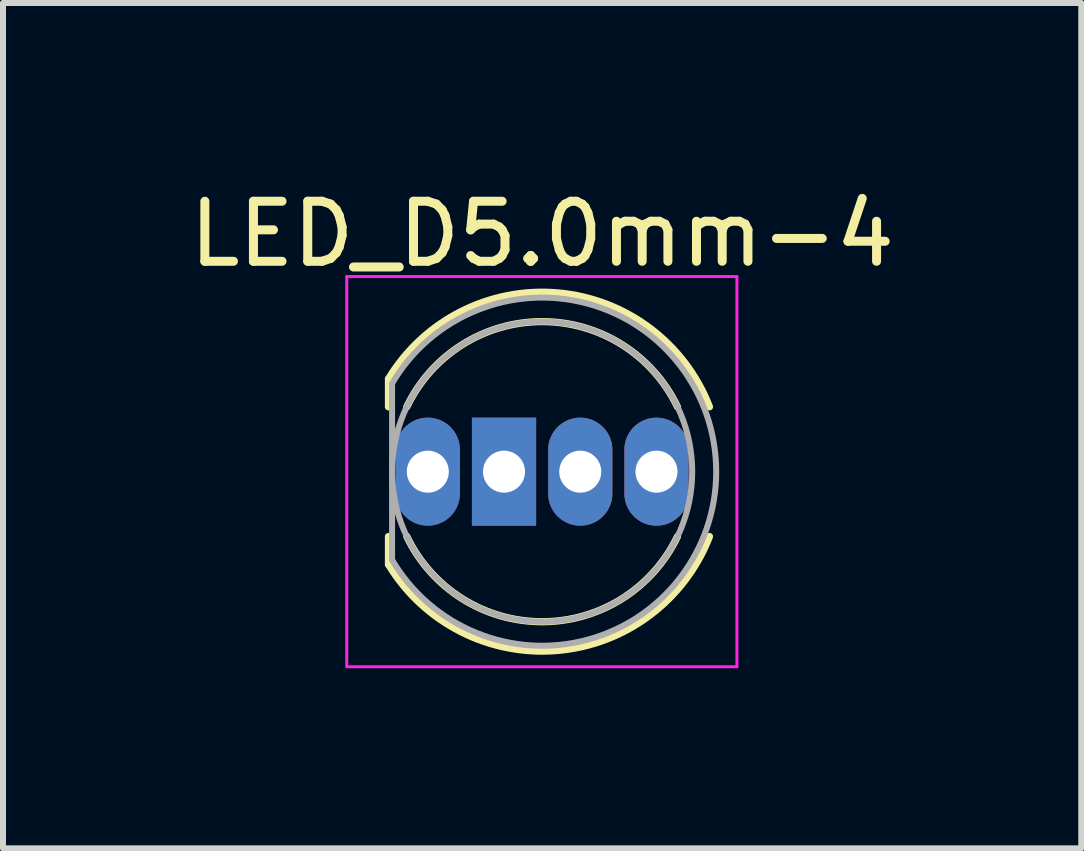
<source format=kicad_pcb>
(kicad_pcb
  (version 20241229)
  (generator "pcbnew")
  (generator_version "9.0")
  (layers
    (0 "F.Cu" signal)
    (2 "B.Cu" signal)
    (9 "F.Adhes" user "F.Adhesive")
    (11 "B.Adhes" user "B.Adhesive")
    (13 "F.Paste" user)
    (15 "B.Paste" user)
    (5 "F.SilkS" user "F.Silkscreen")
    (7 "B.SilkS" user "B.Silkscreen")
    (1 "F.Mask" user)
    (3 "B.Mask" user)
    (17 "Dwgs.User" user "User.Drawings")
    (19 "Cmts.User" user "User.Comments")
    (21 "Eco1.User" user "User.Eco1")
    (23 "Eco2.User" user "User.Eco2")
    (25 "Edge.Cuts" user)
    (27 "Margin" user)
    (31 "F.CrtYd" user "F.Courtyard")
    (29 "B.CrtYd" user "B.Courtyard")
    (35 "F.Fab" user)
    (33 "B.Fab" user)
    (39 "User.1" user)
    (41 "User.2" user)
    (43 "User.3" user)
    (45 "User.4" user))
  (footprint "LED_D5.0mm-4"
    (layer "F.Cu")
    (at 5.982 4.808)
    (property "Reference" "LED_D5.0mm-4" (at 0 -3.96 0) (layer "F.SilkS") (effects (font (size 1 1) (thickness 0.15))))
    (attr through_hole)
    (fp_line (start -2.56 -1.545) (end -2.56 -1.08) (stroke (width 0.12) (type solid)) (layer "F.SilkS"))
    (fp_line (start -2.56 1.08) (end -2.56 1.545) (stroke (width 0.12) (type solid)) (layer "F.SilkS"))
    (fp_arc (start -2.56 -1.54483) (mid 0.258456 -2.978809) (end 2.787815 -1.080827) (stroke (width 0.12) (type solid)) (layer "F.SilkS"))
    (fp_arc (start -2.254684 -1.08) (mid -0.000238 -2.5) (end 2.254479 -1.080429) (stroke (width 0.12) (type solid)) (layer "F.SilkS"))
    (fp_arc (start 2.254479 1.080429) (mid -0.000238 2.5) (end -2.254684 1.08) (stroke (width 0.12) (type solid)) (layer "F.SilkS"))
    (fp_arc (start 2.787815 1.080827) (mid 0.258456 2.978808) (end -2.56 1.54483) (stroke (width 0.12) (type solid)) (layer "F.SilkS"))
    (fp_line (start -3.255 -3.25) (end -3.255 3.25) (stroke (width 0.05) (type solid)) (layer "F.CrtYd"))
    (fp_line (start -3.255 3.25) (end 3.245 3.25) (stroke (width 0.05) (type solid)) (layer "F.CrtYd"))
    (fp_line (start 3.245 -3.25) (end -3.255 -3.25) (stroke (width 0.05) (type solid)) (layer "F.CrtYd"))
    (fp_line (start 3.245 3.25) (end 3.245 -3.25) (stroke (width 0.05) (type solid)) (layer "F.CrtYd"))
    (fp_line (start -2.5 -1.47) (end -2.5 1.47) (stroke (width 0.1) (type solid)) (layer "F.Fab"))
    (fp_arc (start -2.5 -1.469694) (mid 2.9 0.000016) (end -2.500016 1.469666) (stroke (width 0.1) (type solid)) (layer "F.Fab"))
    (fp_circle (center 0 0) (end 2.5 0) (stroke (width 0.1) (type solid)) (fill no) (layer "F.Fab"))
    (pad "1" thru_hole oval (at -1.905 0) (size 1.07 1.8) (drill 0.7) (layers "*.Cu" "*.Mask"))
    (pad "2" thru_hole rect (at -0.635 0) (size 1.07 1.8) (drill 0.7) (layers "*.Cu" "*.Mask"))
    (pad "3" thru_hole oval (at 0.635 0) (size 1.07 1.8) (drill 0.7) (layers "*.Cu" "*.Mask"))
    (pad "4" thru_hole oval (at 1.905 0) (size 1.07 1.8) (drill 0.7) (layers "*.Cu" "*.Mask")))
  (gr_rect
    (start -3 -3)
    (end 14.964 11.083)
    (stroke (width 0.1) (type default))
    (fill no)
    (layer "Edge.Cuts")))
</source>
